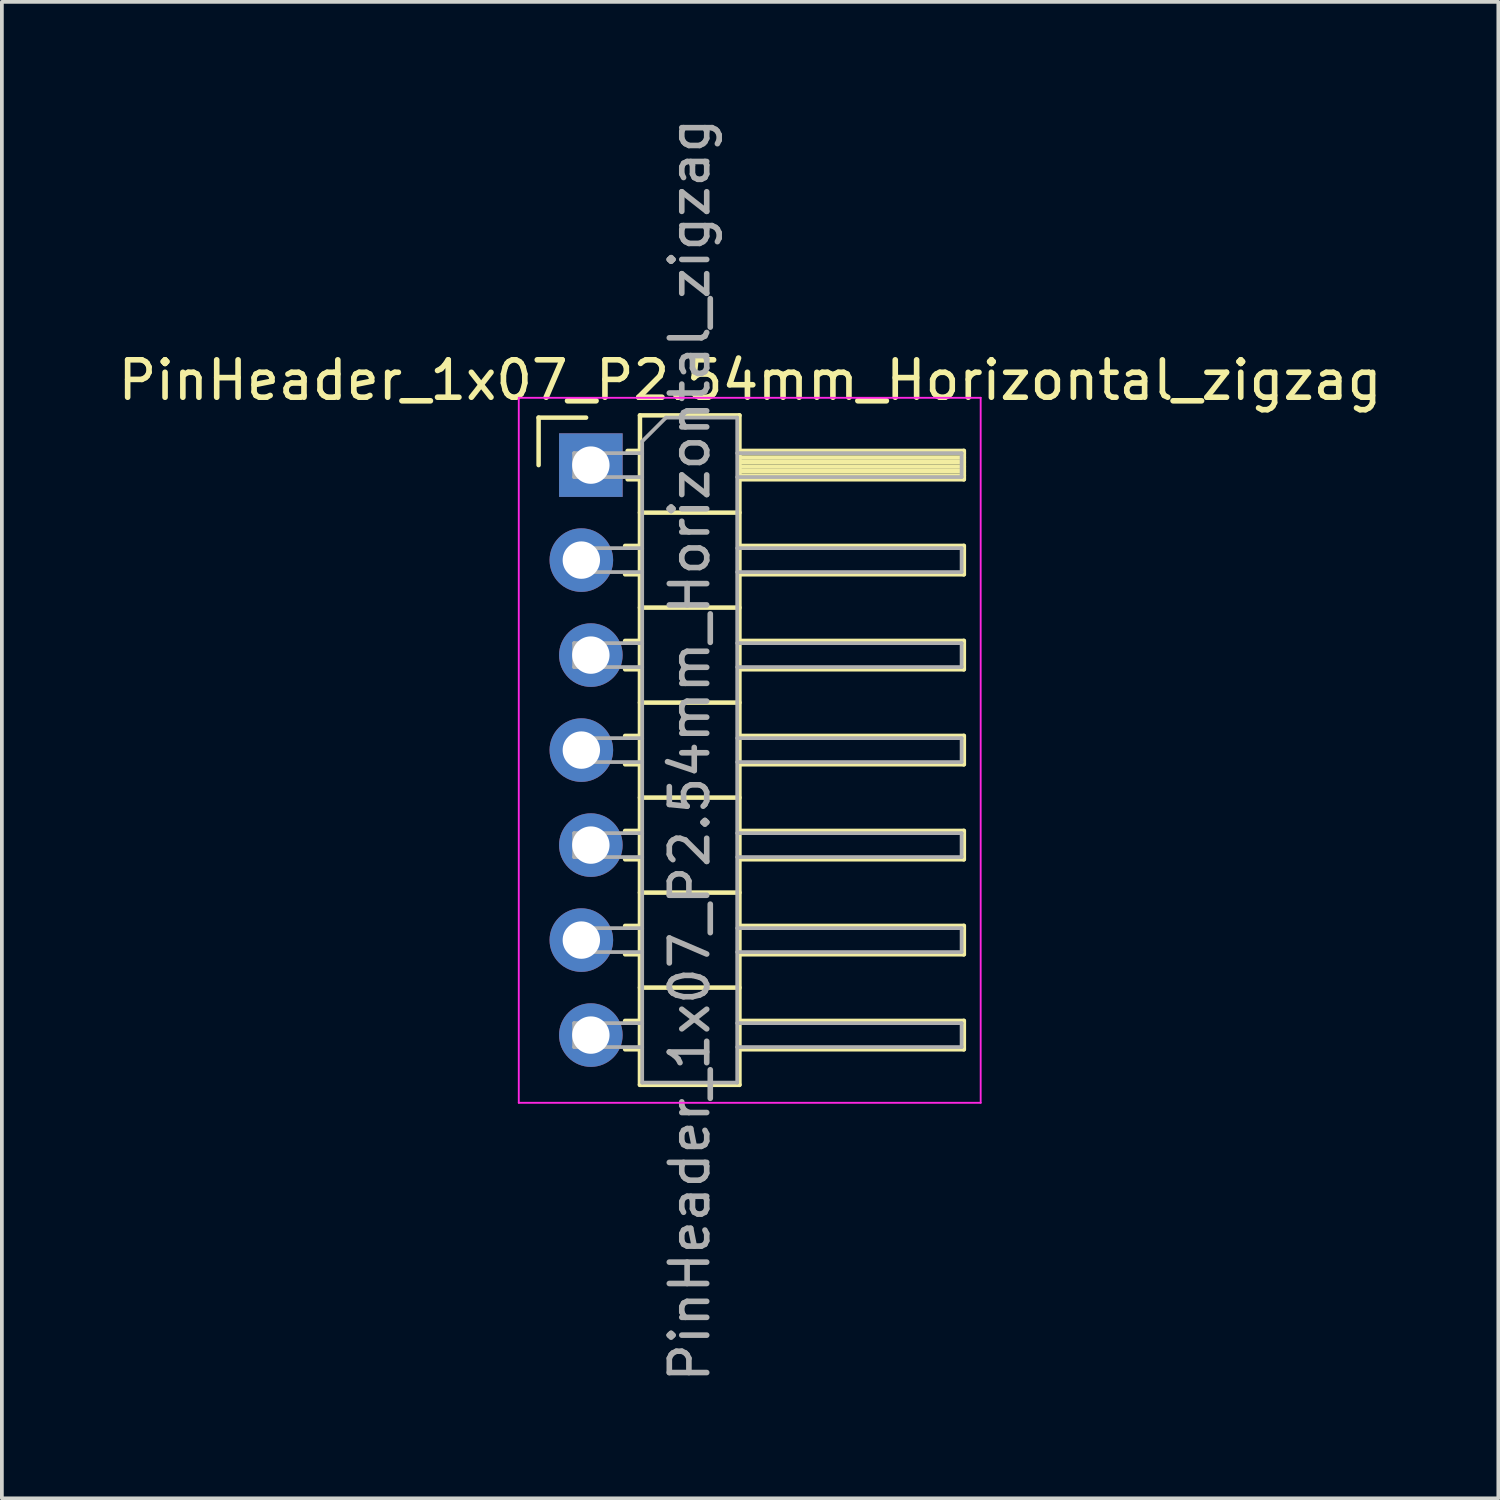
<source format=kicad_pcb>
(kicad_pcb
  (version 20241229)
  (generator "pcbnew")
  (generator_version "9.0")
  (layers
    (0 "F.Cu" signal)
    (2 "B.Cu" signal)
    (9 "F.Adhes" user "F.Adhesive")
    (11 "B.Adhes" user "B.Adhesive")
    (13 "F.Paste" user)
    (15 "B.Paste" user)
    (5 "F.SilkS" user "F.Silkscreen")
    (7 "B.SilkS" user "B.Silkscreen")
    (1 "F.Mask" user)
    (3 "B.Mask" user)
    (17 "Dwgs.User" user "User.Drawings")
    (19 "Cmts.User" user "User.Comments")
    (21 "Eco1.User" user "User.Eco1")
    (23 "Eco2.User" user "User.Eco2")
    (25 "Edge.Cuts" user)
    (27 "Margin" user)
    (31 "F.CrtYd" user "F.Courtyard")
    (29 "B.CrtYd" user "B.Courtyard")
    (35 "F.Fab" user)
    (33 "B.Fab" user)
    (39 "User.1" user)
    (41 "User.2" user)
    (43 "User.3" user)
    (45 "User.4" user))
  (footprint "PinHeader_1x07_P2.54mm_Horizontal_zigzag"
    (layer "F.Cu")
    (at 12.621 9.386)
    (property "Reference" "PinHeader_1x07_P2.54mm_Horizontal_zigzag" (at 4.385 -2.27 0) (layer "F.SilkS") (effects (font (size 1 1) (thickness 0.15))))
    (attr through_hole)
    (fp_line (start -1.27 -1.27) (end 0 -1.27) (stroke (width 0.12) (type solid)) (layer "F.SilkS"))
    (fp_line (start -1.27 0) (end -1.27 -1.27) (stroke (width 0.12) (type solid)) (layer "F.SilkS"))
    (fp_line (start 1.043 2.16) (end 1.44 2.16) (stroke (width 0.12) (type solid)) (layer "F.SilkS"))
    (fp_line (start 1.043 2.92) (end 1.44 2.92) (stroke (width 0.12) (type solid)) (layer "F.SilkS"))
    (fp_line (start 1.043 4.7) (end 1.44 4.7) (stroke (width 0.12) (type solid)) (layer "F.SilkS"))
    (fp_line (start 1.043 5.46) (end 1.44 5.46) (stroke (width 0.12) (type solid)) (layer "F.SilkS"))
    (fp_line (start 1.043 7.24) (end 1.44 7.24) (stroke (width 0.12) (type solid)) (layer "F.SilkS"))
    (fp_line (start 1.043 8) (end 1.44 8) (stroke (width 0.12) (type solid)) (layer "F.SilkS"))
    (fp_line (start 1.043 9.78) (end 1.44 9.78) (stroke (width 0.12) (type solid)) (layer "F.SilkS"))
    (fp_line (start 1.043 10.54) (end 1.44 10.54) (stroke (width 0.12) (type solid)) (layer "F.SilkS"))
    (fp_line (start 1.043 12.32) (end 1.44 12.32) (stroke (width 0.12) (type solid)) (layer "F.SilkS"))
    (fp_line (start 1.043 13.08) (end 1.44 13.08) (stroke (width 0.12) (type solid)) (layer "F.SilkS"))
    (fp_line (start 1.043 14.86) (end 1.44 14.86) (stroke (width 0.12) (type solid)) (layer "F.SilkS"))
    (fp_line (start 1.043 15.62) (end 1.44 15.62) (stroke (width 0.12) (type solid)) (layer "F.SilkS"))
    (fp_line (start 1.11 -0.38) (end 1.44 -0.38) (stroke (width 0.12) (type solid)) (layer "F.SilkS"))
    (fp_line (start 1.11 0.38) (end 1.44 0.38) (stroke (width 0.12) (type solid)) (layer "F.SilkS"))
    (fp_line (start 1.44 -1.33) (end 1.44 16.57) (stroke (width 0.12) (type solid)) (layer "F.SilkS"))
    (fp_line (start 1.44 1.27) (end 4.1 1.27) (stroke (width 0.12) (type solid)) (layer "F.SilkS"))
    (fp_line (start 1.44 3.81) (end 4.1 3.81) (stroke (width 0.12) (type solid)) (layer "F.SilkS"))
    (fp_line (start 1.44 6.35) (end 4.1 6.35) (stroke (width 0.12) (type solid)) (layer "F.SilkS"))
    (fp_line (start 1.44 8.89) (end 4.1 8.89) (stroke (width 0.12) (type solid)) (layer "F.SilkS"))
    (fp_line (start 1.44 11.43) (end 4.1 11.43) (stroke (width 0.12) (type solid)) (layer "F.SilkS"))
    (fp_line (start 1.44 13.97) (end 4.1 13.97) (stroke (width 0.12) (type solid)) (layer "F.SilkS"))
    (fp_line (start 1.44 16.57) (end 4.1 16.57) (stroke (width 0.12) (type solid)) (layer "F.SilkS"))
    (fp_line (start 4.1 -1.33) (end 1.44 -1.33) (stroke (width 0.12) (type solid)) (layer "F.SilkS"))
    (fp_line (start 4.1 -0.38) (end 10.1 -0.38) (stroke (width 0.12) (type solid)) (layer "F.SilkS"))
    (fp_line (start 4.1 -0.32) (end 10.1 -0.32) (stroke (width 0.12) (type solid)) (layer "F.SilkS"))
    (fp_line (start 4.1 -0.2) (end 10.1 -0.2) (stroke (width 0.12) (type solid)) (layer "F.SilkS"))
    (fp_line (start 4.1 -0.08) (end 10.1 -0.08) (stroke (width 0.12) (type solid)) (layer "F.SilkS"))
    (fp_line (start 4.1 0.04) (end 10.1 0.04) (stroke (width 0.12) (type solid)) (layer "F.SilkS"))
    (fp_line (start 4.1 0.16) (end 10.1 0.16) (stroke (width 0.12) (type solid)) (layer "F.SilkS"))
    (fp_line (start 4.1 0.28) (end 10.1 0.28) (stroke (width 0.12) (type solid)) (layer "F.SilkS"))
    (fp_line (start 4.1 2.16) (end 10.1 2.16) (stroke (width 0.12) (type solid)) (layer "F.SilkS"))
    (fp_line (start 4.1 4.7) (end 10.1 4.7) (stroke (width 0.12) (type solid)) (layer "F.SilkS"))
    (fp_line (start 4.1 7.24) (end 10.1 7.24) (stroke (width 0.12) (type solid)) (layer "F.SilkS"))
    (fp_line (start 4.1 9.78) (end 10.1 9.78) (stroke (width 0.12) (type solid)) (layer "F.SilkS"))
    (fp_line (start 4.1 12.32) (end 10.1 12.32) (stroke (width 0.12) (type solid)) (layer "F.SilkS"))
    (fp_line (start 4.1 14.86) (end 10.1 14.86) (stroke (width 0.12) (type solid)) (layer "F.SilkS"))
    (fp_line (start 4.1 16.57) (end 4.1 -1.33) (stroke (width 0.12) (type solid)) (layer "F.SilkS"))
    (fp_line (start 10.1 -0.38) (end 10.1 0.38) (stroke (width 0.12) (type solid)) (layer "F.SilkS"))
    (fp_line (start 10.1 0.38) (end 4.1 0.38) (stroke (width 0.12) (type solid)) (layer "F.SilkS"))
    (fp_line (start 10.1 2.16) (end 10.1 2.92) (stroke (width 0.12) (type solid)) (layer "F.SilkS"))
    (fp_line (start 10.1 2.92) (end 4.1 2.92) (stroke (width 0.12) (type solid)) (layer "F.SilkS"))
    (fp_line (start 10.1 4.7) (end 10.1 5.46) (stroke (width 0.12) (type solid)) (layer "F.SilkS"))
    (fp_line (start 10.1 5.46) (end 4.1 5.46) (stroke (width 0.12) (type solid)) (layer "F.SilkS"))
    (fp_line (start 10.1 7.24) (end 10.1 8) (stroke (width 0.12) (type solid)) (layer "F.SilkS"))
    (fp_line (start 10.1 8) (end 4.1 8) (stroke (width 0.12) (type solid)) (layer "F.SilkS"))
    (fp_line (start 10.1 9.78) (end 10.1 10.54) (stroke (width 0.12) (type solid)) (layer "F.SilkS"))
    (fp_line (start 10.1 10.54) (end 4.1 10.54) (stroke (width 0.12) (type solid)) (layer "F.SilkS"))
    (fp_line (start 10.1 12.32) (end 10.1 13.08) (stroke (width 0.12) (type solid)) (layer "F.SilkS"))
    (fp_line (start 10.1 13.08) (end 4.1 13.08) (stroke (width 0.12) (type solid)) (layer "F.SilkS"))
    (fp_line (start 10.1 14.86) (end 10.1 15.62) (stroke (width 0.12) (type solid)) (layer "F.SilkS"))
    (fp_line (start 10.1 15.62) (end 4.1 15.62) (stroke (width 0.12) (type solid)) (layer "F.SilkS"))
    (fp_line (start -1.8 -1.8) (end -1.8 17.05) (stroke (width 0.05) (type solid)) (layer "F.CrtYd"))
    (fp_line (start -1.8 17.05) (end 10.55 17.05) (stroke (width 0.05) (type solid)) (layer "F.CrtYd"))
    (fp_line (start 10.55 -1.8) (end -1.8 -1.8) (stroke (width 0.05) (type solid)) (layer "F.CrtYd"))
    (fp_line (start 10.55 17.05) (end 10.55 -1.8) (stroke (width 0.05) (type solid)) (layer "F.CrtYd"))
    (fp_line (start -0.32 -0.32) (end -0.32 0.32) (stroke (width 0.1) (type solid)) (layer "F.Fab"))
    (fp_line (start -0.32 -0.32) (end 1.5 -0.32) (stroke (width 0.1) (type solid)) (layer "F.Fab"))
    (fp_line (start -0.32 0.32) (end 1.5 0.32) (stroke (width 0.1) (type solid)) (layer "F.Fab"))
    (fp_line (start -0.32 2.22) (end -0.32 2.86) (stroke (width 0.1) (type solid)) (layer "F.Fab"))
    (fp_line (start -0.32 2.22) (end 1.5 2.22) (stroke (width 0.1) (type solid)) (layer "F.Fab"))
    (fp_line (start -0.32 2.86) (end 1.5 2.86) (stroke (width 0.1) (type solid)) (layer "F.Fab"))
    (fp_line (start -0.32 4.76) (end -0.32 5.4) (stroke (width 0.1) (type solid)) (layer "F.Fab"))
    (fp_line (start -0.32 4.76) (end 1.5 4.76) (stroke (width 0.1) (type solid)) (layer "F.Fab"))
    (fp_line (start -0.32 5.4) (end 1.5 5.4) (stroke (width 0.1) (type solid)) (layer "F.Fab"))
    (fp_line (start -0.32 7.3) (end -0.32 7.94) (stroke (width 0.1) (type solid)) (layer "F.Fab"))
    (fp_line (start -0.32 7.3) (end 1.5 7.3) (stroke (width 0.1) (type solid)) (layer "F.Fab"))
    (fp_line (start -0.32 7.94) (end 1.5 7.94) (stroke (width 0.1) (type solid)) (layer "F.Fab"))
    (fp_line (start -0.32 9.84) (end -0.32 10.48) (stroke (width 0.1) (type solid)) (layer "F.Fab"))
    (fp_line (start -0.32 9.84) (end 1.5 9.84) (stroke (width 0.1) (type solid)) (layer "F.Fab"))
    (fp_line (start -0.32 10.48) (end 1.5 10.48) (stroke (width 0.1) (type solid)) (layer "F.Fab"))
    (fp_line (start -0.32 12.38) (end -0.32 13.02) (stroke (width 0.1) (type solid)) (layer "F.Fab"))
    (fp_line (start -0.32 12.38) (end 1.5 12.38) (stroke (width 0.1) (type solid)) (layer "F.Fab"))
    (fp_line (start -0.32 13.02) (end 1.5 13.02) (stroke (width 0.1) (type solid)) (layer "F.Fab"))
    (fp_line (start -0.32 14.92) (end -0.32 15.56) (stroke (width 0.1) (type solid)) (layer "F.Fab"))
    (fp_line (start -0.32 14.92) (end 1.5 14.92) (stroke (width 0.1) (type solid)) (layer "F.Fab"))
    (fp_line (start -0.32 15.56) (end 1.5 15.56) (stroke (width 0.1) (type solid)) (layer "F.Fab"))
    (fp_line (start 1.5 -0.635) (end 2.135 -1.27) (stroke (width 0.1) (type solid)) (layer "F.Fab"))
    (fp_line (start 1.5 16.51) (end 1.5 -0.635) (stroke (width 0.1) (type solid)) (layer "F.Fab"))
    (fp_line (start 2.135 -1.27) (end 4.04 -1.27) (stroke (width 0.1) (type solid)) (layer "F.Fab"))
    (fp_line (start 4.04 -1.27) (end 4.04 16.51) (stroke (width 0.1) (type solid)) (layer "F.Fab"))
    (fp_line (start 4.04 -0.32) (end 10.04 -0.32) (stroke (width 0.1) (type solid)) (layer "F.Fab"))
    (fp_line (start 4.04 0.32) (end 10.04 0.32) (stroke (width 0.1) (type solid)) (layer "F.Fab"))
    (fp_line (start 4.04 2.22) (end 10.04 2.22) (stroke (width 0.1) (type solid)) (layer "F.Fab"))
    (fp_line (start 4.04 2.86) (end 10.04 2.86) (stroke (width 0.1) (type solid)) (layer "F.Fab"))
    (fp_line (start 4.04 4.76) (end 10.04 4.76) (stroke (width 0.1) (type solid)) (layer "F.Fab"))
    (fp_line (start 4.04 5.4) (end 10.04 5.4) (stroke (width 0.1) (type solid)) (layer "F.Fab"))
    (fp_line (start 4.04 7.3) (end 10.04 7.3) (stroke (width 0.1) (type solid)) (layer "F.Fab"))
    (fp_line (start 4.04 7.94) (end 10.04 7.94) (stroke (width 0.1) (type solid)) (layer "F.Fab"))
    (fp_line (start 4.04 9.84) (end 10.04 9.84) (stroke (width 0.1) (type solid)) (layer "F.Fab"))
    (fp_line (start 4.04 10.48) (end 10.04 10.48) (stroke (width 0.1) (type solid)) (layer "F.Fab"))
    (fp_line (start 4.04 12.38) (end 10.04 12.38) (stroke (width 0.1) (type solid)) (layer "F.Fab"))
    (fp_line (start 4.04 13.02) (end 10.04 13.02) (stroke (width 0.1) (type solid)) (layer "F.Fab"))
    (fp_line (start 4.04 14.92) (end 10.04 14.92) (stroke (width 0.1) (type solid)) (layer "F.Fab"))
    (fp_line (start 4.04 15.56) (end 10.04 15.56) (stroke (width 0.1) (type solid)) (layer "F.Fab"))
    (fp_line (start 4.04 16.51) (end 1.5 16.51) (stroke (width 0.1) (type solid)) (layer "F.Fab"))
    (fp_line (start 10.04 -0.32) (end 10.04 0.32) (stroke (width 0.1) (type solid)) (layer "F.Fab"))
    (fp_line (start 10.04 2.22) (end 10.04 2.86) (stroke (width 0.1) (type solid)) (layer "F.Fab"))
    (fp_line (start 10.04 4.76) (end 10.04 5.4) (stroke (width 0.1) (type solid)) (layer "F.Fab"))
    (fp_line (start 10.04 7.3) (end 10.04 7.94) (stroke (width 0.1) (type solid)) (layer "F.Fab"))
    (fp_line (start 10.04 9.84) (end 10.04 10.48) (stroke (width 0.1) (type solid)) (layer "F.Fab"))
    (fp_line (start 10.04 12.38) (end 10.04 13.02) (stroke (width 0.1) (type solid)) (layer "F.Fab"))
    (fp_line (start 10.04 14.92) (end 10.04 15.56) (stroke (width 0.1) (type solid)) (layer "F.Fab"))
    (fp_text user "${REFERENCE}" (at 2.77 7.62 90) (layer "F.Fab") (effects (font (size 1 1) (thickness 0.15))))
    (pad "1" thru_hole rect (at 0.127 0) (size 1.7 1.7) (drill 1) (layers "*.Cu" "*.Mask"))
    (pad "2" thru_hole oval (at -0.127 2.54) (size 1.7 1.7) (drill 1) (layers "*.Cu" "*.Mask"))
    (pad "3" thru_hole oval (at 0.127 5.08) (size 1.7 1.7) (drill 1) (layers "*.Cu" "*.Mask"))
    (pad "4" thru_hole oval (at -0.127 7.62) (size 1.7 1.7) (drill 1) (layers "*.Cu" "*.Mask"))
    (pad "5" thru_hole oval (at 0.127 10.16) (size 1.7 1.7) (drill 1) (layers "*.Cu" "*.Mask"))
    (pad "6" thru_hole oval (at -0.127 12.7) (size 1.7 1.7) (drill 1) (layers "*.Cu" "*.Mask"))
    (pad "7" thru_hole oval (at 0.127 15.24) (size 1.7 1.7) (drill 1) (layers "*.Cu" "*.Mask")))
  (gr_rect
    (start -3 -3)
    (end 37.012 37.012)
    (stroke (width 0.1) (type default))
    (fill no)
    (layer "Edge.Cuts")))
</source>
